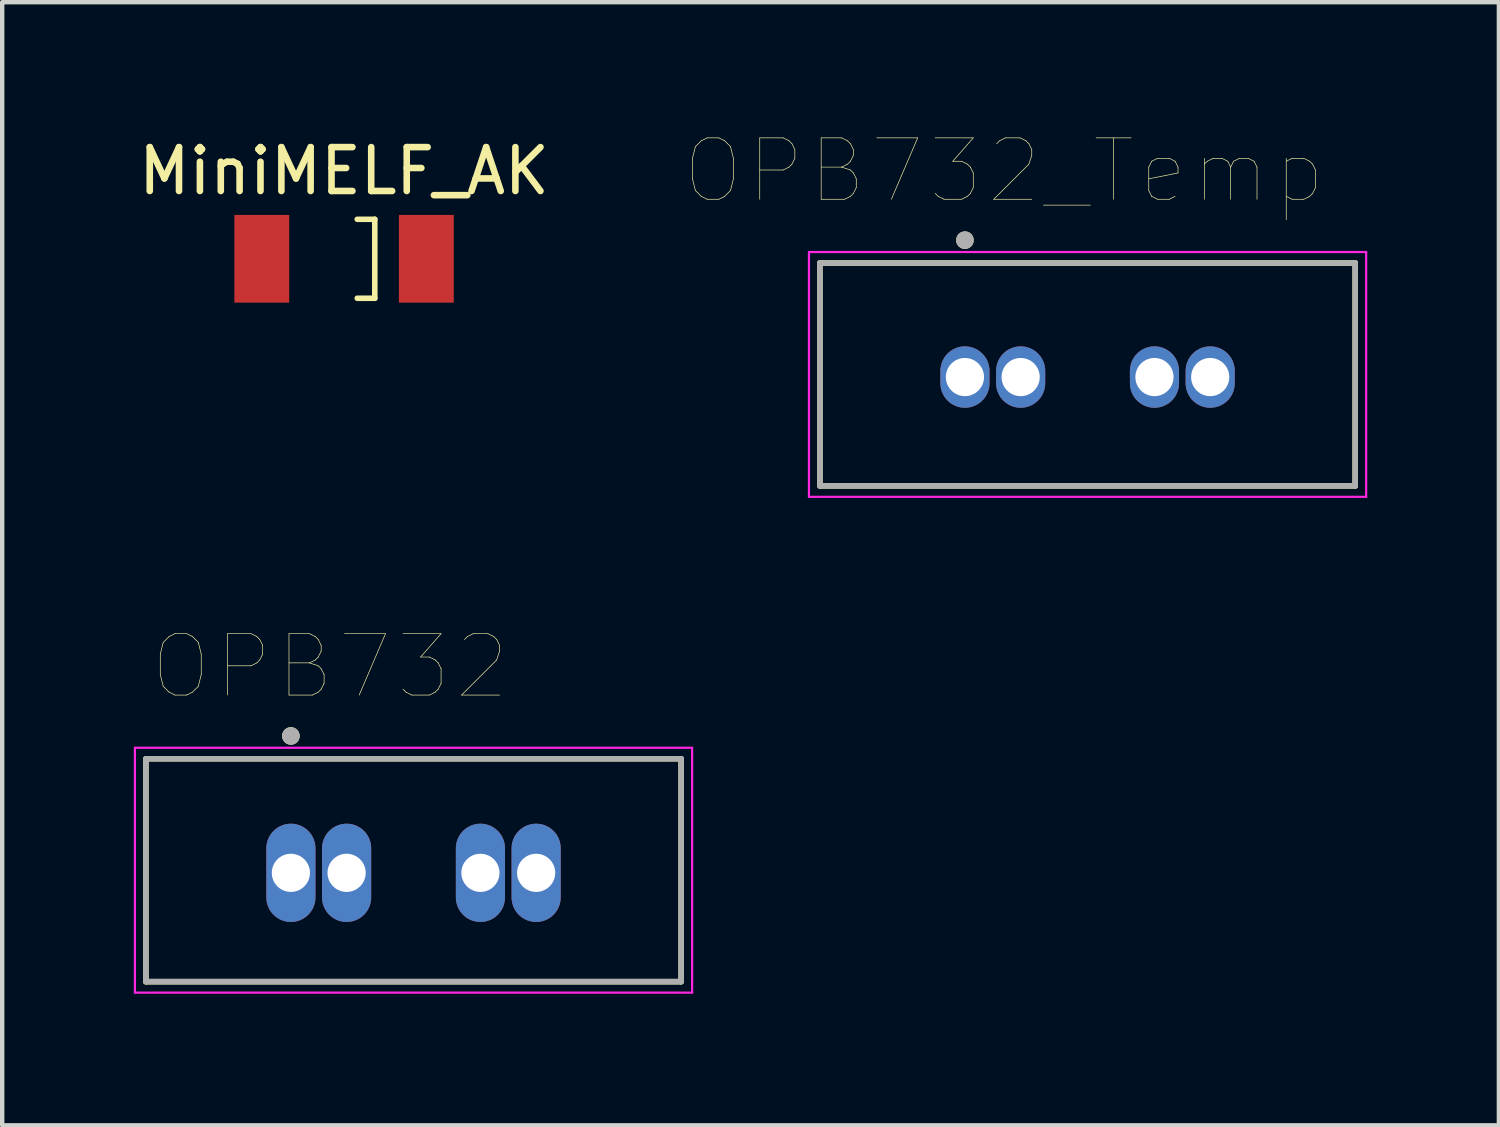
<source format=kicad_pcb>
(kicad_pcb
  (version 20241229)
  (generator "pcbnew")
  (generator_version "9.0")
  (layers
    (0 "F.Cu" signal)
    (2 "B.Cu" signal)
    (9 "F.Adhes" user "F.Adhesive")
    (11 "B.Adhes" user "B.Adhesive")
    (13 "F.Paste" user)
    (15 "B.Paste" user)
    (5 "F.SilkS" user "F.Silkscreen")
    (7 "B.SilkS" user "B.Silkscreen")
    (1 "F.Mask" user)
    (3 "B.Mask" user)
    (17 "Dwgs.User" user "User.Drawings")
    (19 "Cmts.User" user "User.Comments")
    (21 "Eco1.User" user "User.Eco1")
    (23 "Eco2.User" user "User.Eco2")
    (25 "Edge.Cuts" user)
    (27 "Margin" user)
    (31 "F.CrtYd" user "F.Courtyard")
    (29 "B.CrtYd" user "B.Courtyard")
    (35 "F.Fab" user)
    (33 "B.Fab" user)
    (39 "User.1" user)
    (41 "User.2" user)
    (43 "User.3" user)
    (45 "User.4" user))
  (footprint "MiniMELF_AK"
    (layer "F.Cu")
    (at 4.792 2.848)
    (property "Reference" "MiniMELF_AK" (at 0 -2 0) (layer "F.SilkS") (effects (font (size 1 1) (thickness 0.15))))
    (attr through_hole)
    (fp_line (start 0.3 -0.9) (end 0.7 -0.9) (stroke (width 0.127) (type solid)) (layer "F.SilkS"))
    (fp_line (start 0.3 0.9) (end 0.7 0.9) (stroke (width 0.127) (type solid)) (layer "F.SilkS"))
    (fp_line (start 0.7 -0.9) (end 0.7 0.9) (stroke (width 0.127) (type solid)) (layer "F.SilkS"))
    (pad "A" smd rect (at -1.875 0) (size 1.25 2) (layers "F.Cu" "F.Mask" "F.Paste"))
    (pad "K" smd rect (at 1.875 0) (size 1.25 2) (layers "F.Cu" "F.Mask" "F.Paste")))
  (footprint "OPB732_Temp"
    (layer "F.Cu")
    (at 21.738 5.544)
    (property "Reference" "OPB732_Temp" (at -1.905 -4.699 0) (layer "F.SilkS") (effects (font (size 1.4 1.4) (thickness 0.015))))
    (attr through_hole)
    (fp_line (start -6.1 -2.6) (end -6.1 2.48) (stroke (width 0.127) (type solid)) (layer "F.SilkS"))
    (fp_line (start -6.1 2.48) (end 6.1 2.48) (stroke (width 0.127) (type solid)) (layer "F.SilkS"))
    (fp_line (start 6.1 -2.6) (end -6.1 -2.6) (stroke (width 0.127) (type solid)) (layer "F.SilkS"))
    (fp_line (start 6.1 2.48) (end 6.1 -2.6) (stroke (width 0.127) (type solid)) (layer "F.SilkS"))
    (fp_circle (center -2.795 -3.12) (end -2.695 -3.12) (stroke (width 0.2) (type solid)) (fill no) (layer "F.SilkS"))
    (fp_line (start -6.35 -2.85) (end -6.35 2.73) (stroke (width 0.05) (type solid)) (layer "F.CrtYd"))
    (fp_line (start -6.35 -2.85) (end 6.35 -2.85) (stroke (width 0.05) (type solid)) (layer "F.CrtYd"))
    (fp_line (start 6.35 2.73) (end -6.35 2.73) (stroke (width 0.05) (type solid)) (layer "F.CrtYd"))
    (fp_line (start 6.35 2.73) (end 6.35 -2.85) (stroke (width 0.05) (type solid)) (layer "F.CrtYd"))
    (fp_line (start -6.1 -2.6) (end -6.1 2.48) (stroke (width 0.127) (type solid)) (layer "F.Fab"))
    (fp_line (start -6.1 2.48) (end 6.1 2.48) (stroke (width 0.127) (type solid)) (layer "F.Fab"))
    (fp_line (start 6.1 -2.6) (end -6.1 -2.6) (stroke (width 0.127) (type solid)) (layer "F.Fab"))
    (fp_line (start 6.1 2.48) (end 6.1 -2.6) (stroke (width 0.127) (type solid)) (layer "F.Fab"))
    (fp_circle (center -2.795 -3.12) (end -2.695 -3.12) (stroke (width 0.2) (type solid)) (fill no) (layer "F.Fab"))
    (pad "1" thru_hole oval (at -2.795 0) (size 1.12 1.4) (drill 0.87) (layers "*.Cu" "*.Mask"))
    (pad "2" thru_hole oval (at -1.525 0) (size 1.12 1.4) (drill 0.87) (layers "*.Cu" "*.Mask"))
    (pad "3" thru_hole oval (at 1.525 0) (size 1.12 1.4) (drill 0.87) (layers "*.Cu" "*.Mask"))
    (pad "4" thru_hole oval (at 2.795 0) (size 1.12 1.4) (drill 0.87) (layers "*.Cu" "*.Mask")))
  (footprint "OPB732"
    (layer "F.Cu")
    (at 6.375 16.844)
    (property "Reference" "OPB732" (at -1.905 -4.699 0) (layer "F.SilkS") (effects (font (size 1.4 1.4) (thickness 0.015))))
    (attr through_hole)
    (fp_line (start -6.1 -2.6) (end -6.1 2.48) (stroke (width 0.127) (type solid)) (layer "F.SilkS"))
    (fp_line (start -6.1 2.48) (end 6.1 2.48) (stroke (width 0.127) (type solid)) (layer "F.SilkS"))
    (fp_line (start 6.1 -2.6) (end -6.1 -2.6) (stroke (width 0.127) (type solid)) (layer "F.SilkS"))
    (fp_line (start 6.1 2.48) (end 6.1 -2.6) (stroke (width 0.127) (type solid)) (layer "F.SilkS"))
    (fp_circle (center -2.795 -3.12) (end -2.695 -3.12) (stroke (width 0.2) (type solid)) (fill no) (layer "F.SilkS"))
    (fp_line (start -6.35 -2.85) (end -6.35 2.73) (stroke (width 0.05) (type solid)) (layer "F.CrtYd"))
    (fp_line (start -6.35 -2.85) (end 6.35 -2.85) (stroke (width 0.05) (type solid)) (layer "F.CrtYd"))
    (fp_line (start 6.35 2.73) (end -6.35 2.73) (stroke (width 0.05) (type solid)) (layer "F.CrtYd"))
    (fp_line (start 6.35 2.73) (end 6.35 -2.85) (stroke (width 0.05) (type solid)) (layer "F.CrtYd"))
    (fp_line (start -6.1 -2.6) (end -6.1 2.48) (stroke (width 0.127) (type solid)) (layer "F.Fab"))
    (fp_line (start -6.1 2.48) (end 6.1 2.48) (stroke (width 0.127) (type solid)) (layer "F.Fab"))
    (fp_line (start 6.1 -2.6) (end -6.1 -2.6) (stroke (width 0.127) (type solid)) (layer "F.Fab"))
    (fp_line (start 6.1 2.48) (end 6.1 -2.6) (stroke (width 0.127) (type solid)) (layer "F.Fab"))
    (fp_circle (center -2.795 -3.12) (end -2.695 -3.12) (stroke (width 0.2) (type solid)) (fill no) (layer "F.Fab"))
    (pad "1" thru_hole oval (at -2.795 0) (size 1.12 2.24) (drill 0.87) (layers "*.Cu" "*.Mask"))
    (pad "2" thru_hole oval (at -1.525 0) (size 1.12 2.24) (drill 0.87) (layers "*.Cu" "*.Mask"))
    (pad "3" thru_hole oval (at 1.525 0) (size 1.12 2.24) (drill 0.87) (layers "*.Cu" "*.Mask"))
    (pad "4" thru_hole oval (at 2.795 0) (size 1.12 2.24) (drill 0.87) (layers "*.Cu" "*.Mask")))
  (gr_rect
    (start -3 -3)
    (end 31.113 22.599)
    (stroke (width 0.1) (type default))
    (fill no)
    (layer "Edge.Cuts")))
</source>
